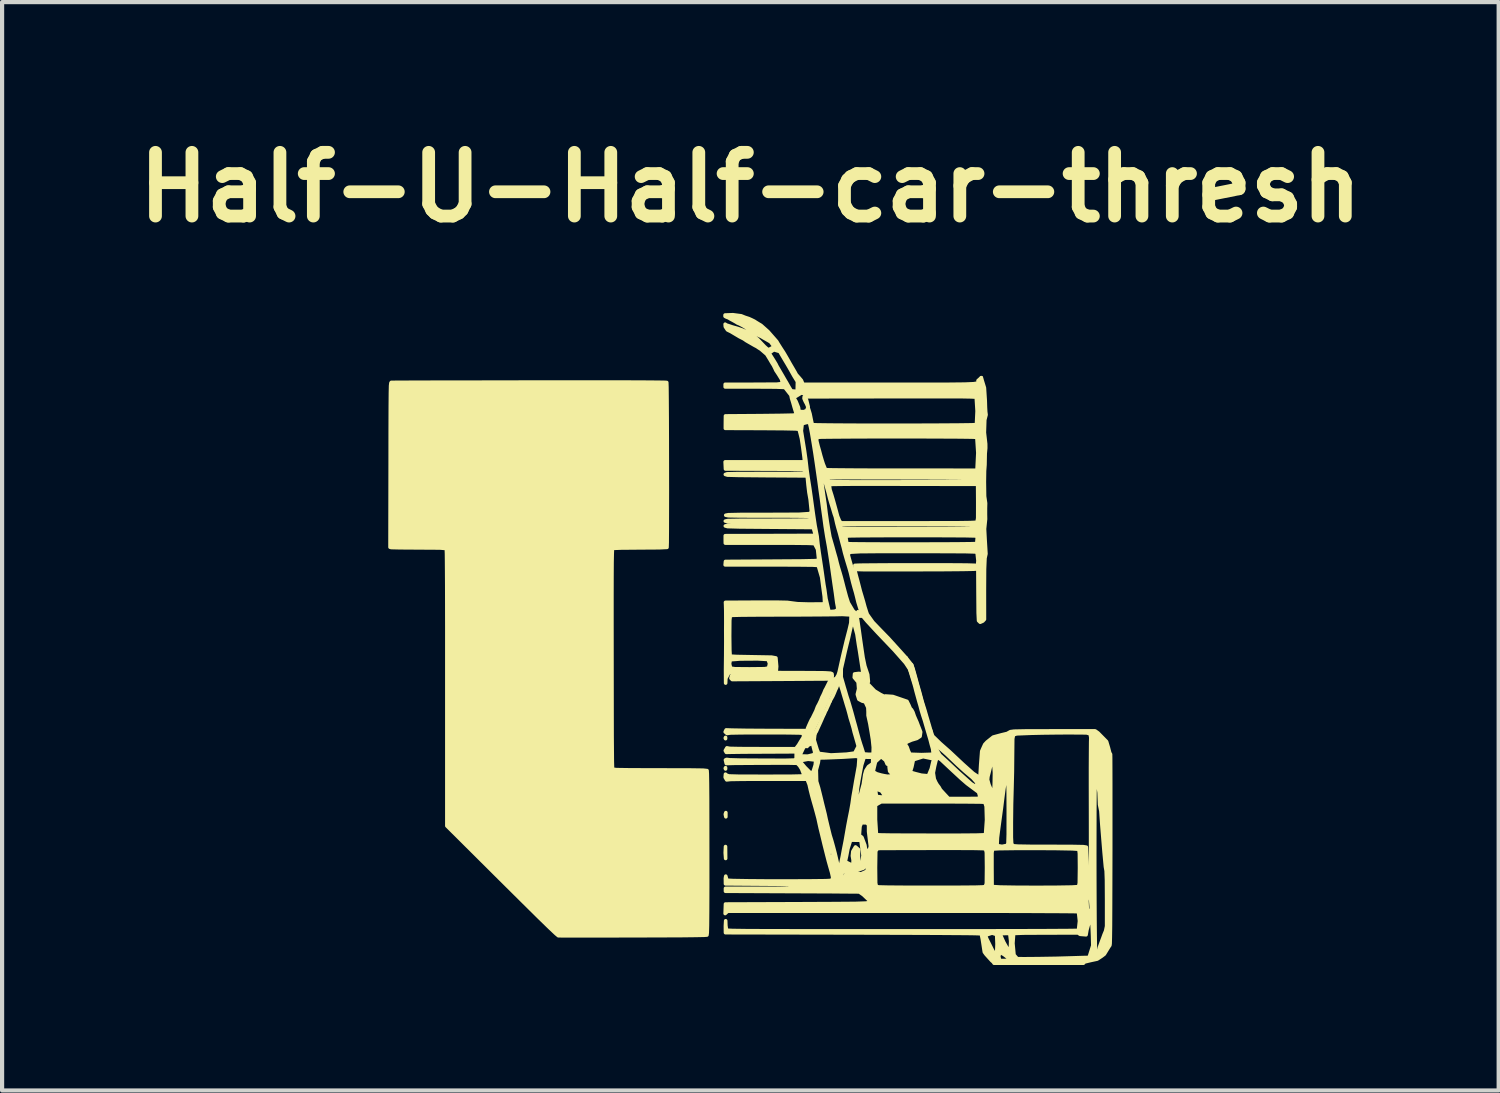
<source format=kicad_pcb>
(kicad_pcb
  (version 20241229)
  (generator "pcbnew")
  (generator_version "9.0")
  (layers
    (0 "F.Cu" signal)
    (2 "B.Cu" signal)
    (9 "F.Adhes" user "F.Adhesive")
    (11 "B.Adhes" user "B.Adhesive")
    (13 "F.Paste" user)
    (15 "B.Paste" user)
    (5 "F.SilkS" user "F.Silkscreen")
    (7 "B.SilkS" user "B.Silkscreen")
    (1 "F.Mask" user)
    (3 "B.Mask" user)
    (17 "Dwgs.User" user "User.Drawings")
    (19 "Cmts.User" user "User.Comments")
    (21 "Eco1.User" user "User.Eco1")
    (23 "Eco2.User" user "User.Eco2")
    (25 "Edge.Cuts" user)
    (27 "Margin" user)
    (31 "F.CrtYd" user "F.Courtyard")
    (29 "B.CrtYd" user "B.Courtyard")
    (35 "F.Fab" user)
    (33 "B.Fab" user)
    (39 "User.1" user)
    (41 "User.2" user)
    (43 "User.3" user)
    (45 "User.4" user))
  (footprint "Half-U-Half-car-thresh"
    (layer "F.Cu")
    (at 14.892 12.228)
    (property "Reference" "Half-U-Half-car-thresh" (at 0 -10.801 0) (layer "F.SilkS") (effects (font (size 1.524 1.524) (thickness 0.305))))
    (attr smd)
    (fp_poly (pts (xy 5.806 7.722) (xy 5.964 7.486) (xy 5.938 7.588) (xy 5.96 7.689) (xy 6.198 7.685) (xy 6.198 7.685) (xy 6.206 7.647) (xy 6.169 7.626) (xy 6.069 7.549) (xy 5.964 7.486) (xy 5.806 7.722) (xy 7.956 7.617) (xy 8.098 7.614) (xy 8.187 7.33) (xy 8.181 7.1) (xy 8.172 6.89) (xy 8.16 6.659) (xy 8.147 6.382) (xy 8.124 6.081) (xy 8.073 6.051) (xy 8.046 6.258) (xy 8.056 6.465) (xy 8.1 6.5) (xy 8.097 6.572) (xy 8.085 6.655) (xy 8.118 6.727) (xy 8.085 6.816) (xy 8.046 6.957) (xy 8.026 7.073) (xy 7.881 7.061) (xy 7.838 7.029) (xy 7.075 7.03) (xy 6.521 7.033) (xy 6.294 7.042) (xy 6.277 7.277) (xy 6.303 7.555) (xy 6.38 7.644) (xy 6.544 7.646) (xy 6.893 7.643) (xy 7.315 7.636) (xy 7.697 7.625) (xy 7.697 7.625) (xy 7.956 7.617) (xy 5.806 7.722) (xy 5.888 7.525) (xy 5.897 7.296) (xy 5.888 7.068) (xy 5.779 7.032) (xy 5.62 7.084) (xy 5.651 7.168) (xy 5.69 7.246) (xy 5.716 7.297) (xy 5.747 7.359) (xy 5.785 7.436) (xy 5.811 7.481) (xy 5.823 7.531) (xy 5.888 7.525) (xy 5.888 7.525) (xy 5.806 7.722) (xy 6.058 7.25) (xy 6.136 7.389) (xy 6.216 7.426) (xy 6.223 7.225) (xy 6.201 7.04) (xy 5.966 7.045) (xy 6.058 7.25) (xy 5.806 7.722) (xy -4.591 7.096) (xy -4.648 7.049) (xy -4.8 6.906) (xy -5.058 6.655) (xy -5.434 6.283) (xy -5.94 5.781) (xy -7.258 4.469) (xy -7.258 1.161) (xy -7.258 0.374) (xy -7.258 -0.288) (xy -7.259 -0.834) (xy -7.26 -1.273) (xy -7.262 -1.614) (xy -7.264 -1.864) (xy -7.266 -2.033) (xy -7.269 -2.13) (xy -7.273 -2.163) (xy -7.424 -2.175) (xy -7.924 -2.178) (xy -8.381 -2.181) (xy -8.588 -2.186) (xy -8.617 -2.194) (xy -8.613 -4.163) (xy -8.612 -4.988) (xy -8.61 -5.544) (xy -8.607 -5.882) (xy -8.603 -6.057) (xy -8.595 -6.124) (xy -8.585 -6.136) (xy -8.527 -6.136) (xy -8.37 -6.137) (xy -8.123 -6.138) (xy -7.796 -6.139) (xy -7.398 -6.14) (xy -6.938 -6.141) (xy -6.427 -6.141) (xy -5.873 -6.142) (xy -5.286 -6.143) (xy -4.593 -6.143) (xy -3.984 -6.144) (xy -3.457 -6.143) (xy -3.012 -6.143) (xy -2.649 -6.142) (xy -2.366 -6.14) (xy -2.164 -6.138) (xy -2.043 -6.136) (xy -2 -6.133) (xy -1.996 -6.02) (xy -1.993 -5.72) (xy -1.99 -5.28) (xy -1.988 -4.746) (xy -1.987 -4.165) (xy -1.986 -3.583) (xy -1.987 -3.049) (xy -1.988 -2.607) (xy -1.99 -2.305) (xy -1.994 -2.19) (xy -2.177 -2.181) (xy -2.639 -2.178) (xy -3.096 -2.174) (xy -3.294 -2.166) (xy -3.3 -2.136) (xy -3.304 -2.034) (xy -3.308 -1.836) (xy -3.31 -1.513) (xy -3.311 -1.039) (xy -3.311 -0.387) (xy -3.31 0.47) (xy -3.309 1.229) (xy -3.308 1.844) (xy -3.307 2.324) (xy -3.304 2.681) (xy -3.302 2.924) (xy -3.298 3.065) (xy -3.294 3.113) (xy -3.203 3.124) (xy -2.869 3.129) (xy -2.165 3.131) (xy -1.469 3.132) (xy -1.131 3.137) (xy -1.036 3.147) (xy -1.031 3.222) (xy -1.027 3.44) (xy -1.024 3.818) (xy -1.023 4.371) (xy -1.022 5.114) (xy -1.022 5.939) (xy -1.024 6.501) (xy -1.027 6.848) (xy -1.032 7.025) (xy -1.039 7.079) (xy -1.106 7.084) (xy -1.302 7.088) (xy -1.641 7.092) (xy -2.138 7.094) (xy -2.807 7.096) (xy -3.361 7.097) (xy -3.846 7.097) (xy -4.233 7.097) (xy -4.491 7.097) (xy -4.591 7.096) (xy 5.806 7.722) (xy 5.769 7.69) (xy 5.635 7.542) (xy 5.593 7.484) (xy 5.546 7.178) (xy 5.52 7.051) (xy 5.481 7.047) (xy 5.366 7.043) (xy 5.164 7.04) (xy 4.863 7.038) (xy 4.452 7.035) (xy 3.922 7.033) (xy 3.259 7.031) (xy 2.454 7.029) (xy -0.596 7.023) (xy -0.598 6.864) (xy -0.591 6.737) (xy -0.587 6.852) (xy -0.572 6.957) (xy -0.558 6.962) (xy -0.516 6.966) (xy -0.431 6.97) (xy -0.289 6.972) (xy -0.072 6.975) (xy 0.233 6.976) (xy 0.643 6.977) (xy 1.173 6.978) (xy 1.838 6.978) (xy 2.653 6.979) (xy 3.634 6.979) (xy 4.377 6.979) (xy 5.044 6.978) (xy 5.638 6.978) (xy 6.159 6.977) (xy 6.608 6.976) (xy 6.985 6.975) (xy 7.293 6.973) (xy 7.532 6.972) (xy 7.703 6.97) (xy 7.806 6.968) (xy 7.844 6.966) (xy 8.049 5.807) (xy 8.065 5.932) (xy 8.12 5.935) (xy 8.127 5.805) (xy 8.049 5.807) (xy 7.844 6.966) (xy 8.045 5.32) (xy 8.051 5.626) (xy 8.092 5.683) (xy 8.123 5.657) (xy 8.128 5.592) (xy 8.132 5.411) (xy 8.134 5.1) (xy 8.134 4.644) (xy 8.133 4.028) (xy 8.132 3.519) (xy 8.132 3.071) (xy 8.134 2.709) (xy 8.136 2.463) (xy 8.139 2.36) (xy 8.123 2.268) (xy 8.036 2.245) (xy 7.611 2.242) (xy 7.311 2.244) (xy 6.99 2.248) (xy 6.719 2.254) (xy 6.365 2.268) (xy 6.29 2.293) (xy 6.272 2.386) (xy 6.268 2.76) (xy 6.264 3.172) (xy 6.255 3.543) (xy 6.244 3.944) (xy 6.239 4.382) (xy 6.239 4.741) (xy 6.247 4.904) (xy 6.289 4.945) (xy 6.395 4.953) (xy 6.681 4.958) (xy 7.169 4.959) (xy 7.708 4.961) (xy 7.962 4.966) (xy 8.032 4.977) (xy 8.045 5.32) (xy 7.844 6.966) (xy 7.868 6.744) (xy 7.837 6.431) (xy 7.833 6.393) (xy 7.808 6.391) (xy 7.735 6.389) (xy 7.616 6.388) (xy 7.451 6.386) (xy 7.239 6.385) (xy 6.981 6.384) (xy 6.678 6.384) (xy 6.329 6.384) (xy 5.936 6.383) (xy 5.497 6.384) (xy 5.013 6.384) (xy 4.486 6.384) (xy 3.914 6.385) (xy 3.298 6.386) (xy 2.638 6.388) (xy 1.935 6.389) (xy 1.189 6.391) (xy 0.419 6.393) (xy -0.077 6.395) (xy -0.36 6.4) (xy -0.49 6.406) (xy -0.528 6.415) (xy -0.545 6.447) (xy -0.499 6.449) (xy -0.368 6.45) (xy -0.158 6.452) (xy 0.124 6.453) (xy 0.474 6.454) (xy 0.885 6.455) (xy 1.351 6.456) (xy 1.866 6.457) (xy 2.424 6.457) (xy 3.019 6.458) (xy 3.645 6.458) (xy 7.828 6.458) (xy 7.837 6.431) (xy 7.868 6.744) (xy 7.83 6.292) (xy 7.824 6.261) (xy 7.782 6.248) (xy 7.554 6.253) (xy 7.029 6.255) (xy 6.426 6.258) (xy 6.293 6.273) (xy 6.309 6.297) (xy 6.558 6.304) (xy 7.074 6.304) (xy 7.589 6.3) (xy 7.83 6.292) (xy 7.868 6.744) (xy 7.816 6.066) (xy 7.807 6.038) (xy 7.542 6.027) (xy 6.841 6.026) (xy 6.345 6.027) (xy 5.988 6.029) (xy 5.848 6.033) (xy 5.836 6.052) (xy 5.957 6.059) (xy 6.294 6.064) (xy 6.811 6.067) (xy 7.303 6.07) (xy 7.655 6.072) (xy 7.792 6.074) (xy 7.816 6.066) (xy 7.868 6.744) (xy 7.864 5.838) (xy 7.869 5.475) (xy 7.866 5.128) (xy 7.853 5.028) (xy 7.694 5.017) (xy 7.314 5.01) (xy 6.825 5.007) (xy 6.334 5.008) (xy 5.954 5.013) (xy 5.792 5.022) (xy 5.776 5.11) (xy 5.776 5.472) (xy 5.779 5.905) (xy 5.811 5.921) (xy 5.975 5.931) (xy 6.352 5.937) (xy 6.834 5.939) (xy 7.315 5.937) (xy 7.688 5.931) (xy 7.846 5.921) (xy 7.846 5.921) (xy 7.864 5.838) (xy 7.868 6.744) (xy 7.844 6.522) (xy 8.234 5.702) (xy 8.236 6.241) (xy 8.239 6.724) (xy 8.243 7.115) (xy 8.247 7.378) (xy 8.253 7.477) (xy 8.331 7.458) (xy 8.343 7.38) (xy 8.368 7.31) (xy 8.395 7.236) (xy 8.426 7.154) (xy 8.457 7.068) (xy 8.493 6.982) (xy 8.517 6.868) (xy 8.517 6.245) (xy 8.514 5.763) (xy 8.506 5.545) (xy 8.489 5.448) (xy 8.457 5.105) (xy 8.431 4.788) (xy 8.402 4.432) (xy 8.38 4.114) (xy 8.349 3.96) (xy 8.338 3.673) (xy 8.288 3.332) (xy 8.264 3.302) (xy 8.248 3.34) (xy 8.242 3.448) (xy 8.238 3.719) (xy 8.235 4.116) (xy 8.234 4.603) (xy 8.233 5.144) (xy 8.234 5.702) (xy 7.844 6.522) (xy 7.806 6.52) (xy 7.703 6.517) (xy 7.532 6.516) (xy 7.294 6.514) (xy 6.986 6.513) (xy 6.608 6.511) (xy 6.16 6.51) (xy 5.64 6.51) (xy 5.046 6.509) (xy 4.379 6.509) (xy 3.638 6.509) (xy -0.544 6.509) (xy -0.574 6.537) (xy -0.604 6.565) (xy -0.602 5.113) (xy -0.602 5.113) (xy -0.595 4.963) (xy -0.592 5.248) (xy -0.602 5.113) (xy -0.604 6.565) (xy -0.6 6.451) (xy -0.596 6.337) (xy 1.113 6.331) (xy 1.987 6.327) (xy 4.587 6.305) (xy 5.135 6.304) (xy 5.402 6.299) (xy 5.479 6.289) (xy 5.485 6.263) (xy 5.357 6.259) (xy 5.031 6.256) (xy 4.577 6.255) (xy 4.002 6.256) (xy 3.74 6.261) (xy 3.677 6.273) (xy 3.693 6.297) (xy 3.821 6.301) (xy 4.142 6.303) (xy 4.587 6.305) (xy 1.987 6.327) (xy 2.507 6.323) (xy 3.341 6.303) (xy 3.56 6.289) (xy 3.569 6.267) (xy 3.334 6.255) (xy 3.106 6.265) (xy 3.341 6.303) (xy 2.507 6.323) (xy 2.766 6.314) (xy 4.381 6.067) (xy 4.862 6.067) (xy 5.284 6.066) (xy 5.585 6.064) (xy 5.585 6.064) (xy 5.595 6.04) (xy 5.543 6.015) (xy 5.443 6.019) (xy 5.181 6.023) (xy 4.785 6.025) (xy 4.287 6.025) (xy 3.638 6.026) (xy 3.262 6.028) (xy 3.088 6.034) (xy 3.045 6.043) (xy 3.063 6.066) (xy 3.18 6.067) (xy 3.479 6.068) (xy 3.9 6.068) (xy 4.381 6.067) (xy 2.766 6.314) (xy 2.855 6.298) (xy 3.013 5.921) (xy 3.082 5.929) (xy 3.293 5.934) (xy 3.688 5.937) (xy 4.312 5.937) (xy 4.991 5.937) (xy 5.381 5.934) (xy 5.563 5.928) (xy 5.617 5.917) (xy 5.617 5.917) (xy 5.642 5.847) (xy 5.646 5.469) (xy 5.642 5.104) (xy 5.623 5.021) (xy 5.566 5.012) (xy 5.378 5.007) (xy 4.989 5.005) (xy 4.331 5.005) (xy 3.837 5.006) (xy 3.429 5.007) (xy 3.15 5.008) (xy 3.042 5.009) (xy 2.997 5.07) (xy 2.991 5.468) (xy 2.995 5.837) (xy 3.013 5.921) (xy 2.855 6.298) (xy 2.864 6.271) (xy 2.671 5.932) (xy 2.589 5.857) (xy 2.492 5.901) (xy 2.457 5.944) (xy 2.518 5.951) (xy 2.671 5.932) (xy 2.864 6.271) (xy 2.776 5.556) (xy 2.823 5.456) (xy 2.797 5.399) (xy 2.699 5.48) (xy 2.607 5.512) (xy 2.522 5.524) (xy 2.536 5.596) (xy 2.644 5.617) (xy 2.776 5.556) (xy 2.864 6.271) (xy 2.813 5.227) (xy 2.806 5.136) (xy 2.757 5.227) (xy 2.813 5.227) (xy 2.813 5.227) (xy 2.864 6.271) (xy 2.843 5.056) (xy 2.869 4.959) (xy 2.852 4.823) (xy 2.826 4.605) (xy 2.826 4.444) (xy 2.782 4.396) (xy 2.657 4.394) (xy 2.621 4.479) (xy 2.605 4.697) (xy 2.667 4.743) (xy 2.737 4.93) (xy 2.757 5.054) (xy 2.843 5.056) (xy 2.864 6.271) (xy 2.996 4.941) (xy 3.082 4.928) (xy 3.031 4.86) (xy 2.996 4.941) (xy 2.864 6.271) (xy 2.991 3.971) (xy 2.991 4.318) (xy 3.014 4.679) (xy 3.104 4.685) (xy 3.353 4.689) (xy 3.759 4.691) (xy 4.318 4.692) (xy 5.014 4.692) (xy 5.403 4.689) (xy 5.575 4.683) (xy 5.622 4.672) (xy 5.622 4.672) (xy 5.646 4.325) (xy 5.637 4.003) (xy 5.605 3.903) (xy 5.501 3.899) (xy 5.231 3.896) (xy 4.836 3.894) (xy 4.357 3.893) (xy 3.125 3.894) (xy 3.058 3.932) (xy 2.991 3.971) (xy 2.864 6.271) (xy 2.987 3.58) (xy 3.014 3.762) (xy 3.121 3.778) (xy 3.207 3.778) (xy 3.207 3.741) (xy 3.134 3.634) (xy 2.987 3.58) (xy 2.864 6.271) (xy 2.922 2.981) (xy 2.925 2.827) (xy 2.72 2.826) (xy 2.661 3.012) (xy 2.625 3.197) (xy 2.593 3.371) (xy 2.561 3.564) (xy 2.542 3.77) (xy 2.625 3.755) (xy 2.625 3.755) (xy 2.7 3.472) (xy 2.735 3.238) (xy 2.763 3.143) (xy 2.822 3.051) (xy 2.922 2.981) (xy 2.864 6.271) (xy 2.881 3.405) (xy 2.859 3.257) (xy 2.788 3.345) (xy 2.881 3.405) (xy 2.864 6.271) (xy 2.935 3.176) (xy 3.023 3.225) (xy 3.127 3.254) (xy 3.203 3.27) (xy 3.277 3.282) (xy 3.417 3.274) (xy 3.417 3.274) (xy 3.41 3.231) (xy 3.371 3.206) (xy 3.329 3.162) (xy 3.318 3.072) (xy 3.316 3.008) (xy 3.27 2.99) (xy 3.232 2.9) (xy 3.124 2.812) (xy 2.991 2.935) (xy 2.957 3.079) (xy 2.935 3.176) (xy 2.864 6.271) (xy 2.938 2.591) (xy 2.919 2.403) (xy 2.89 2.223) (xy 2.856 2.025) (xy 2.813 1.828) (xy 2.813 1.737) (xy 2.808 1.638) (xy 2.746 1.504) (xy 2.673 1.485) (xy 2.593 1.442) (xy 2.556 1.324) (xy 2.588 1.191) (xy 2.575 1.03) (xy 2.483 0.919) (xy 2.49 0.836) (xy 2.585 0.824) (xy 2.693 0.831) (xy 2.661 0.62) (xy 2.61 0.287) (xy 2.584 0.132) (xy 2.547 -0.115) (xy 2.456 -0.449) (xy 2.407 -0.296) (xy 2.375 -0.16) (xy 2.344 -0.019) (xy 2.306 0.132) (xy 2.267 0.293) (xy 2.236 0.43) (xy 2.204 0.572) (xy 2.172 0.711) (xy 2.171 0.91) (xy 2.206 1.03) (xy 2.238 1.143) (xy 2.271 1.253) (xy 2.305 1.37) (xy 2.345 1.491) (xy 2.382 1.617) (xy 2.416 1.734) (xy 2.445 1.84) (xy 2.475 1.951) (xy 2.507 2.065) (xy 2.538 2.181) (xy 2.568 2.289) (xy 2.599 2.401) (xy 2.634 2.514) (xy 2.661 2.595) (xy 2.709 2.748) (xy 2.833 2.758) (xy 2.934 2.755) (xy 2.938 2.591) (xy 2.864 6.271) (xy 2.7 6.115) (xy 6.051 6.255) (xy 5.963 6.273) (xy 5.979 6.297) (xy 6.129 6.292) (xy 6.051 6.255) (xy 2.7 6.115) (xy 2.605 6.049) (xy 1.385 5.886) (xy 1.359 5.874) (xy 1.34 5.886) (xy 1.367 5.899) (xy 1.385 5.886) (xy 2.605 6.049) (xy 2.229 5.89) (xy 1.956 5.885) (xy 2.074 5.898) (xy 2.229 5.89) (xy 2.605 6.049) (xy 2.176 5.759) (xy 2.244 5.696) (xy 2.244 5.696) (xy 2.306 5.589) (xy 2.286 5.539) (xy 2.204 5.578) (xy 2.179 5.639) (xy 2.176 5.759) (xy 2.605 6.049) (xy 2.091 5.72) (xy 2.076 5.555) (xy 2.021 5.643) (xy 2.091 5.72) (xy 2.605 6.049) (xy 2.523 6.047) (xy 2.346 5.845) (xy 2.426 5.831) (xy 2.357 5.803) (xy 2.346 5.845) (xy 2.523 6.047) (xy 2.295 6.046) (xy 2.451 5.417) (xy 2.456 5.29) (xy 2.438 5.186) (xy 2.449 5.08) (xy 2.513 4.972) (xy 2.583 5.032) (xy 2.583 5.323) (xy 2.594 5.406) (xy 2.648 5.417) (xy 2.693 5.179) (xy 2.642 4.812) (xy 2.396 4.81) (xy 2.332 5.014) (xy 2.299 5.188) (xy 2.268 5.327) (xy 2.451 5.417) (xy 2.451 5.417) (xy 2.295 6.046) (xy 1.948 6.043) (xy 1.508 6.041) (xy 1.004 6.039) (xy -0.596 6.032) (xy -0.596 5.997) (xy -0.596 5.962) (xy 0.174 5.962) (xy 0.676 5.962) (xy 0.902 5.956) (xy 0.964 5.943) (xy 0.973 5.896) (xy 0.963 5.867) (xy 0.183 5.861) (xy -0.596 5.855) (xy -0.598 5.721) (xy -0.589 5.67) (xy -0.587 4.151) (xy -0.587 4.252) (xy -0.6 4.191) (xy -0.6 4.191) (xy -0.587 4.151) (xy -0.589 5.67) (xy -0.562 5.768) (xy -0.417 5.776) (xy -0.06 5.782) (xy 0.426 5.786) (xy 0.954 5.786) (xy 1.44 5.784) (xy 1.798 5.78) (xy 1.944 5.772) (xy 2.098 5.483) (xy 2.151 5.471) (xy 2.151 5.471) (xy 2.169 5.339) (xy 2.199 5.194) (xy 2.23 5.024) (xy 2.268 4.832) (xy 2.299 4.655) (xy 2.331 4.471) (xy 2.366 4.287) (xy 2.402 4.109) (xy 2.433 3.933) (xy 2.456 3.768) (xy 2.487 3.593) (xy 2.519 3.403) (xy 2.551 3.226) (xy 2.584 3.042) (xy 2.599 2.828) (xy 2.536 2.805) (xy 2.216 2.825) (xy 1.791 2.842) (xy 1.639 2.845) (xy 1.623 2.956) (xy 1.576 3.13) (xy 1.583 3.406) (xy 1.628 3.553) (xy 1.66 3.681) (xy 1.693 3.815) (xy 1.722 3.937) (xy 1.754 4.064) (xy 1.786 4.193) (xy 1.81 4.307) (xy 1.842 4.441) (xy 1.874 4.572) (xy 1.905 4.697) (xy 1.945 4.826) (xy 1.985 4.971) (xy 2.023 5.117) (xy 2.052 5.239) (xy 2.083 5.378) (xy 2.098 5.483) (xy 1.944 5.772) (xy 1.969 5.707) (xy 2.031 5.485) (xy 2.031 5.331) (xy 1.952 5.335) (xy 1.968 5.472) (xy 2.031 5.485) (xy 2.031 5.485) (xy 1.969 5.707) (xy 1.874 5.132) (xy 1.902 5.219) (xy 1.97 5.209) (xy 1.97 5.209) (xy 1.973 5.124) (xy 1.938 5.052) (xy 1.874 5.132) (xy 1.969 5.707) (xy 1.846 4.985) (xy 1.87 4.975) (xy 1.87 4.975) (xy 1.912 4.871) (xy 1.878 4.807) (xy 1.827 4.789) (xy 1.846 4.985) (xy 1.969 5.707) (xy 1.775 4.715) (xy 1.825 4.679) (xy 1.825 4.679) (xy 1.822 4.574) (xy 1.783 4.517) (xy 1.775 4.715) (xy 1.969 5.707) (xy 1.691 4.346) (xy 1.763 4.426) (xy 1.706 4.258) (xy 1.691 4.346) (xy 1.969 5.707) (xy 1.638 4.166) (xy 1.701 4.181) (xy 1.634 4.034) (xy 1.638 4.166) (xy 1.969 5.707) (xy 1.943 5.586) (xy 1.577 3.917) (xy 1.637 3.923) (xy 1.645 3.848) (xy 1.6 3.753) (xy 1.577 3.917) (xy 1.943 5.586) (xy 1.48 3.621) (xy 1.539 3.714) (xy 1.582 3.661) (xy 1.537 3.525) (xy 1.48 3.621) (xy 1.943 5.586) (xy 1.9 5.437) (xy 1.863 5.304) (xy 1.827 5.164) (xy 1.796 5.04) (xy 1.764 4.913) (xy 1.734 4.788) (xy 1.702 4.656) (xy 1.669 4.522) (xy 1.645 4.413) (xy 1.619 4.292) (xy 1.305 3.069) (xy 1.452 3.217) (xy 1.479 3.206) (xy 1.51 3.141) (xy 1.55 3.014) (xy 1.562 2.895) (xy 1.379 2.875) (xy 1.175 2.914) (xy 1.305 3.069) (xy 1.619 4.292) (xy 1.581 4.149) (xy 1.544 4.014) (xy 1.505 3.879) (xy 1.468 3.745) (xy 1.436 3.618) (xy 1.632 2.735) (xy 1.925 2.773) (xy 2.299 2.754) (xy 2.496 2.727) (xy 2.579 2.565) (xy 2.547 2.451) (xy 2.515 2.339) (xy 2.483 2.228) (xy 2.459 2.128) (xy 2.425 2.011) (xy 2.387 1.888) (xy 2.363 1.794) (xy 2.331 1.677) (xy 2.293 1.554) (xy 2.263 1.452) (xy 2.226 1.33) (xy 2.193 1.216) (xy 2.16 1.114) (xy 2.103 1.04) (xy 2.09 1.074) (xy 1.999 1.288) (xy 1.967 1.351) (xy 1.879 1.538) (xy 1.81 1.698) (xy 1.785 1.749) (xy 1.759 1.805) (xy 1.728 1.872) (xy 1.696 1.932) (xy 1.658 2.02) (xy 1.619 2.106) (xy 1.594 2.152) (xy 1.569 2.2) (xy 1.544 2.253) (xy 1.525 2.413) (xy 1.556 2.517) (xy 1.594 2.641) (xy 1.632 2.735) (xy 1.436 3.618) (xy 1.405 3.48) (xy 1.37 3.391) (xy 1.359 3.353) (xy 0.404 3.353) (xy -0.177 3.354) (xy -0.475 3.359) (xy -0.567 3.369) (xy -0.603 3.308) (xy -0.601 3.092) (xy -0.594 3.077) (xy -0.594 3.108) (xy -0.601 3.092) (xy -0.603 3.308) (xy -0.601 2.369) (xy -0.594 2.353) (xy -0.594 2.384) (xy -0.601 2.369) (xy -0.603 3.308) (xy -0.596 3.232) (xy -0.565 3.258) (xy -0.51 3.275) (xy -0.264 3.282) (xy 0.369 3.283) (xy 0.959 3.282) (xy 1.222 3.276) (xy 1.285 3.264) (xy 1.226 3.111) (xy 1.177 3.032) (xy 1.121 2.972) (xy 1.175 2.799) (xy 1.377 2.8) (xy 1.377 2.8) (xy 1.509 2.768) (xy 1.543 2.72) (xy 1.524 2.654) (xy 1.505 2.58) (xy 1.486 2.494) (xy 1.278 2.583) (xy 1.175 2.799) (xy 1.121 2.972) (xy 0.934 2.968) (xy 0.516 2.968) (xy 0.022 2.97) (xy -0.394 2.973) (xy -0.577 2.978) (xy -0.597 2.893) (xy -0.569 2.879) (xy -0.491 2.889) (xy -0.241 2.896) (xy 0.261 2.899) (xy 0.829 2.901) (xy 1.045 2.895) (xy 1.093 2.876) (xy 1.963 1.192) (xy 1.934 1.265) (xy 1.902 1.319) (xy 1.87 1.385) (xy 1.838 1.459) (xy 1.807 1.527) (xy 1.775 1.597) (xy 1.743 1.665) (xy 1.719 1.724) (xy 1.686 1.795) (xy 1.654 1.865) (xy 1.621 1.93) (xy 1.577 2.019) (xy 1.54 2.093) (xy 1.508 2.155) (xy 1.476 2.238) (xy 1.452 2.293) (xy 1.418 2.385) (xy 1.493 2.374) (xy 1.506 2.318) (xy 1.539 2.271) (xy 1.578 2.209) (xy 1.61 2.137) (xy 1.642 2.068) (xy 1.673 2) (xy 1.705 1.928) (xy 1.729 1.872) (xy 1.762 1.801) (xy 1.788 1.735) (xy 1.825 1.668) (xy 1.876 1.557) (xy 1.902 1.488) (xy 1.933 1.435) (xy 1.972 1.365) (xy 2.004 1.294) (xy 2.035 1.217) (xy 2.06 1.166) (xy 2.092 1.078) (xy 2.015 1.099) (xy 1.963 1.192) (xy 1.093 2.876) (xy 2.043 0.956) (xy 2.099 0.863) (xy 2.122 0.791) (xy 2.152 0.658) (xy 2.184 0.512) (xy 2.218 0.363) (xy 2.256 0.204) (xy 2.294 0.045) (xy 2.328 -0.086) (xy 2.365 -0.229) (xy 2.401 -0.383) (xy 2.408 -0.575) (xy 2.195 -0.587) (xy 2.023 -0.583) (xy 1.697 -0.58) (xy 1.264 -0.577) (xy 0.769 -0.576) (xy 0.17 -0.574) (xy -0.212 -0.571) (xy -0.416 -0.566) (xy -0.481 -0.558) (xy -0.493 -0.445) (xy -0.496 -0.071) (xy -0.492 0.264) (xy -0.484 0.41) (xy -0.32 0.419) (xy 0.058 0.426) (xy 0.507 0.434) (xy 0.61 0.453) (xy 0.628 0.655) (xy 0.612 0.848) (xy 0.46 0.859) (xy 0.059 0.865) (xy -0.449 0.877) (xy -0.465 0.939) (xy -0.436 0.97) (xy 0.79 0.963) (xy 1.268 0.96) (xy 1.664 0.957) (xy 1.936 0.956) (xy 2.043 0.956) (xy 1.093 2.876) (xy 1.095 2.732) (xy 1.073 2.698) (xy 1.343 2.544) (xy 1.324 2.555) (xy 1.355 2.571) (xy 1.343 2.544) (xy 1.073 2.698) (xy 0.257 2.702) (xy -0.156 2.704) (xy -0.456 2.708) (xy -0.577 2.711) (xy -0.6 2.669) (xy -0.562 2.603) (xy -0.492 2.616) (xy -0.253 2.621) (xy 0.275 2.623) (xy 1.085 2.623) (xy 1.111 2.588) (xy 1.151 2.536) (xy 1.204 2.447) (xy 1.266 2.349) (xy 1.274 2.257) (xy 1.184 2.248) (xy 0.899 2.243) (xy 0.362 2.242) (xy -0.214 2.243) (xy -0.482 2.248) (xy -0.559 2.26) (xy -0.603 2.221) (xy -0.58 2.174) (xy -0.438 2.179) (xy -0.087 2.185) (xy 0.397 2.188) (xy 1.352 2.191) (xy 1.366 2.137) (xy 1.397 2.064) (xy 1.43 1.991) (xy 1.463 1.922) (xy 1.48 1.897) (xy 1.569 1.715) (xy 1.582 1.677) (xy 1.605 1.618) (xy 1.639 1.556) (xy 1.679 1.472) (xy 1.709 1.395) (xy 1.734 1.346) (xy 1.76 1.29) (xy 1.785 1.226) (xy 1.81 1.183) (xy 1.958 0.887) (xy 1.951 0.833) (xy 1.916 0.818) (xy 1.777 0.809) (xy 1.418 0.806) (xy 0.728 0.804) (xy 0.259 0.803) (xy 0.434 0.693) (xy 0.458 0.588) (xy 0.422 0.49) (xy 0.173 0.476) (xy -0.247 0.479) (xy -0.482 0.497) (xy -0.498 0.596) (xy -0.473 0.697) (xy -0.37 0.712) (xy -0.021 0.715) (xy 0.343 0.711) (xy 0.434 0.693) (xy 0.259 0.803) (xy 0.539 0.687) (xy 0.58 0.595) (xy 0.544 0.504) (xy 0.539 0.687) (xy 0.259 0.803) (xy -0.131 0.802) (xy -0.402 0.802) (xy -0.513 0.802) (xy -0.587 0.94) (xy -0.592 1.055) (xy -0.594 0.73) (xy -0.59 0.392) (xy -0.588 0.07) (xy -0.589 -0.198) (xy -0.588 -0.406) (xy -0.589 -0.678) (xy 2.537 -0.591) (xy 2.565 -0.448) (xy 2.598 -0.223) (xy 2.629 0.000155) (xy 2.661 0.221) (xy 2.694 0.444) (xy 2.736 0.646) (xy 2.805 0.852) (xy 2.821 1.02) (xy 2.801 1.067) (xy 2.97 1.242) (xy 3.104 1.324) (xy 3.193 1.369) (xy 3.233 1.363) (xy 3.405 1.375) (xy 3.744 1.491) (xy 3.791 1.586) (xy 3.823 1.661) (xy 3.855 1.694) (xy 3.887 1.753) (xy 3.918 1.844) (xy 3.95 1.918) (xy 3.982 1.99) (xy 4.009 2.062) (xy 4.042 2.146) (xy 4.072 2.223) (xy 4.057 2.327) (xy 3.98 2.378) (xy 3.852 2.416) (xy 3.732 2.468) (xy 3.703 2.52) (xy 3.746 2.583) (xy 3.782 2.685) (xy 3.818 2.756) (xy 4.091 2.765) (xy 4.372 2.756) (xy 4.357 2.628) (xy 4.325 2.515) (xy 4.298 2.41) (xy 4.261 2.284) (xy 4.229 2.176) (xy 4.199 2.073) (xy 4.163 1.948) (xy 4.123 1.826) (xy 4.084 1.696) (xy 4.058 1.595) (xy 4.026 1.486) (xy 3.995 1.373) (xy 3.963 1.256) (xy 3.932 1.134) (xy 3.906 1.044) (xy 3.873 0.937) (xy 3.834 0.805) (xy 3.804 0.716) (xy 3.708 0.571) (xy 3.442 0.269) (xy 3.04 -0.153) (xy 2.793 -0.42) (xy 2.706 -0.523) (xy 2.648 -0.596) (xy 2.572 -0.652) (xy 2.537 -0.591) (xy -0.589 -0.678) (xy 1.88 -0.653) (xy 2.015 -0.663) (xy 2.086 -0.694) (xy 2.086 -0.758) (xy 2.065 -0.87) (xy 2.035 -1.098) (xy 2.003 -1.314) (xy 1.972 -1.532) (xy 1.937 -1.781) (xy 1.904 -1.997) (xy 1.871 -2.209) (xy 1.826 -2.457) (xy 1.788 -2.698) (xy 1.761 -2.901) (xy 1.73 -3.122) (xy 1.7 -3.347) (xy 1.672 -3.543) (xy 1.642 -3.768) (xy 1.609 -3.997) (xy 1.578 -4.213) (xy 1.543 -4.448) (xy 1.504 -4.69) (xy 1.465 -4.924) (xy 1.439 -5.059) (xy 1.414 -5.167) (xy 1.363 -5.181) (xy 1.302 -5.165) (xy 1.238 -5.146) (xy 1.218 -4.977) (xy 1.256 -4.74) (xy 1.294 -4.505) (xy 1.326 -4.279) (xy 1.351 -4.059) (xy 1.381 -3.846) (xy 1.418 -3.612) (xy 1.447 -3.409) (xy 1.476 -3.197) (xy 1.506 -2.981) (xy 1.546 -2.714) (xy 1.596 -2.454) (xy 1.616 -2.266) (xy 1.643 -2.07) (xy 1.692 -1.748) (xy 1.712 -1.612) (xy 1.756 -1.301) (xy 1.777 -1.18) (xy 1.807 -0.961) (xy 1.88 -0.653) (xy -0.589 -0.678) (xy -0.593 -0.813) (xy -0.596 -0.876) (xy 0.15 -0.88) (xy 0.647 -0.88) (xy 0.883 -0.875) (xy 0.988 -0.861) (xy 1.127 -0.843) (xy 1.398 -0.835) (xy 1.745 -0.838) (xy 1.774 -0.846) (xy 1.766 -1.013) (xy 1.733 -1.253) (xy 1.704 -1.477) (xy 1.622 -1.758) (xy 1.492 -1.766) (xy 1.125 -1.77) (xy 0.496 -1.772) (xy -0.604 -1.772) (xy -0.6 -1.813) (xy -0.596 -1.854) (xy 0.512 -1.861) (xy 1.23 -1.866) (xy 1.552 -1.873) (xy 1.633 -1.886) (xy 1.606 -2.144) (xy 1.535 -2.28) (xy 1.384 -2.287) (xy 1.005 -2.291) (xy 0.452 -2.292) (xy -0.6 -2.292) (xy -0.601 -2.381) (xy -0.601 -2.47) (xy 0.468 -2.473) (xy 1.537 -2.476) (xy 1.541 -2.53) (xy 1.502 -2.664) (xy 1.357 -2.666) (xy 0.98 -2.669) (xy 0.452 -2.673) (xy -0.258 -2.679) (xy -0.545 -2.687) (xy -0.6 -2.702) (xy -0.553 -2.717) (xy -0.273 -2.723) (xy 0.428 -2.724) (xy 0.98 -2.726) (xy 1.343 -2.73) (xy 1.48 -2.737) (xy 1.485 -2.771) (xy 1.424 -2.787) (xy 1.139 -2.794) (xy 0.437 -2.797) (xy -0.237 -2.8) (xy -0.533 -2.806) (xy -0.6 -2.819) (xy -0.539 -2.832) (xy -0.247 -2.837) (xy 0.429 -2.838) (xy 1.048 -2.84) (xy 1.375 -2.845) (xy 1.478 -2.854) (xy 1.475 -2.926) (xy 1.368 -2.935) (xy 1.037 -2.939) (xy 0.434 -2.94) (xy -0.235 -2.941) (xy -0.526 -2.946) (xy -0.59 -2.959) (xy -0.528 -2.971) (xy -0.245 -2.977) (xy 0.404 -2.978) (xy 1.161 -2.981) (xy 1.428 -2.999) (xy 1.458 -3.049) (xy 1.429 -3.334) (xy 1.399 -3.505) (xy 1.378 -3.683) (xy 1.362 -3.854) (xy 1.093 -5.676) (xy 1.15 -5.534) (xy 1.163 -5.441) (xy 1.275 -5.434) (xy 1.347 -5.463) (xy 1.381 -5.557) (xy 1.346 -5.7) (xy 1.315 -5.796) (xy 1.294 -5.86) (xy 1.219 -5.883) (xy 1.036 -5.772) (xy 1.093 -5.676) (xy 1.362 -3.854) (xy 1.347 -3.899) (xy 0.375 -3.905) (xy -0.282 -3.911) (xy -0.548 -3.918) (xy -0.6 -3.934) (xy -0.557 -3.949) (xy -0.301 -3.955) (xy 0.341 -3.956) (xy 0.957 -3.957) (xy 1.232 -3.963) (xy 1.303 -3.975) (xy 1.304 -4.026) (xy 1.29 -4.057) (xy 0.347 -4.061) (xy -0.596 -4.064) (xy -0.6 -4.15) (xy -0.604 -4.235) (xy 0.337 -4.235) (xy 1.277 -4.235) (xy 1.291 -4.265) (xy 1.283 -4.35) (xy 1.253 -4.578) (xy 1.221 -4.791) (xy 1.19 -4.916) (xy 1.164 -5.014) (xy 1.394 -5.488) (xy 1.426 -5.383) (xy 1.457 -5.229) (xy 1.48 -5.124) (xy 1.597 -5.119) (xy 1.899 -5.115) (xy 2.339 -5.112) (xy 2.87 -5.11) (xy 3.447 -5.11) (xy 4.024 -5.111) (xy 4.554 -5.113) (xy 4.992 -5.116) (xy 5.291 -5.12) (xy 5.405 -5.126) (xy 5.405 -5.126) (xy 5.42 -5.449) (xy 5.4 -5.776) (xy 5.369 -5.784) (xy 5.267 -5.789) (xy 5.053 -5.793) (xy 4.686 -5.794) (xy 4.126 -5.794) (xy 3.333 -5.793) (xy 1.286 -5.79) (xy 1.282 -5.751) (xy 1.311 -5.683) (xy 1.343 -5.624) (xy 1.368 -5.564) (xy 1.394 -5.488) (xy 1.164 -5.014) (xy 1.077 -5.023) (xy 0.8 -5.029) (xy 0.275 -5.033) (xy -0.599 -5.036) (xy -0.598 -5.185) (xy -0.596 -5.334) (xy 0.244 -5.34) (xy 0.746 -5.346) (xy 1.014 -5.352) (xy 1.101 -5.362) (xy 0.928 -6.016) (xy 0.979 -5.932) (xy 1.119 -5.92) (xy 1.124 -6.155) (xy 1.042 -6.288) (xy 0.939 -6.471) (xy 0.878 -6.576) (xy 0.821 -6.671) (xy 0.702 -6.873) (xy 0.56 -6.915) (xy 0.477 -6.858) (xy 0.448 -6.827) (xy 0.479 -6.785) (xy 0.553 -6.668) (xy 0.611 -6.572) (xy 0.636 -6.521) (xy 0.675 -6.454) (xy 0.705 -6.403) (xy 0.769 -6.293) (xy 0.832 -6.183) (xy 0.864 -6.13) (xy 0.896 -6.073) (xy 0.928 -6.016) (xy 1.101 -5.362) (xy 1.082 -5.426) (xy 1.048 -5.538) (xy 1.016 -5.652) (xy 0.985 -5.753) (xy 0.969 -5.831) (xy 0.825 -6.014) (xy 0.611 -6.023) (xy 0.095 -6.026) (xy -0.603 -6.026) (xy -0.603 -6.058) (xy -0.603 -6.09) (xy 0.075 -6.09) (xy 0.633 -6.093) (xy 0.768 -6.108) (xy 0.744 -6.21) (xy 0.674 -6.325) (xy 0.608 -6.424) (xy 0.591 -6.463) (xy 0.553 -6.54) (xy 0.515 -6.6) (xy 0.466 -6.684) (xy 0.391 -6.807) (xy 0.251 -6.928) (xy 0.2 -6.96) (xy 0.155 -6.991) (xy 0.106 -7.016) (xy -0.096 -7.132) (xy -0.158 -7.175) (xy -0.197 -7.195) (xy -0.258 -7.226) (xy -0.312 -7.258) (xy -0.467 -7.35) (xy -0.549 -7.39) (xy -0.6 -7.467) (xy -0.604 -7.527) (xy -0.575 -7.507) (xy -0.512 -7.487) (xy -0.434 -7.461) (xy -0.306 -7.425) (xy -0.196 -7.387) (xy -0.134 -7.36) (xy -0.076 -7.334) (xy -0.021 -7.309) (xy 0.043 -7.276) (xy 0.182 -7.155) (xy 0.338 -6.991) (xy 0.424 -6.915) (xy 0.483 -6.941) (xy 0.527 -6.966) (xy 0.572 -6.984) (xy 0.481 -7.105) (xy 0.369 -7.169) (xy 0.312 -7.201) (xy 0.257 -7.234) (xy 0.204 -7.258) (xy 0.152 -7.289) (xy 0.096 -7.328) (xy 0.038 -7.36) (xy -0.013 -7.385) (xy -0.073 -7.425) (xy -0.138 -7.468) (xy -0.203 -7.505) (xy -0.264 -7.537) (xy -0.31 -7.556) (xy -0.353 -7.583) (xy -0.421 -7.621) (xy -0.479 -7.652) (xy -0.521 -7.678) (xy -0.572 -7.697) (xy -0.606 -7.715) (xy -0.606 -7.746) (xy -0.418 -7.753) (xy -0.22 -7.727) (xy -0.131 -7.691) (xy -0.039 -7.661) (xy 0.026 -7.632) (xy 0.091 -7.6) (xy 0.128 -7.576) (xy 0.191 -7.537) (xy 0.255 -7.499) (xy 0.422 -7.35) (xy 0.629 -7.114) (xy 0.659 -7.062) (xy 0.728 -6.953) (xy 0.794 -6.852) (xy 0.82 -6.808) (xy 0.871 -6.72) (xy 0.921 -6.632) (xy 0.939 -6.599) (xy 1.003 -6.49) (xy 1.066 -6.382) (xy 1.098 -6.322) (xy 1.162 -6.25) (xy 1.219 -6.183) (xy 1.246 -6.118) (xy 1.265 -6.09) (xy 3.334 -6.09) (xy 4.176 -6.089) (xy 4.76 -6.09) (xy 5.131 -6.094) (xy 5.338 -6.103) (xy 5.428 -6.118) (xy 5.438 -4.451) (xy 5.414 -4.822) (xy 5.299 -4.827) (xy 5.006 -4.831) (xy 4.579 -4.833) (xy 4.063 -4.835) (xy 3.502 -4.835) (xy 2.941 -4.835) (xy 2.424 -4.833) (xy 1.997 -4.83) (xy 1.704 -4.827) (xy 1.59 -4.822) (xy 1.586 -4.739) (xy 1.616 -4.618) (xy 1.649 -4.503) (xy 1.68 -4.385) (xy 1.716 -4.263) (xy 1.743 -4.179) (xy 1.797 -4.048) (xy 1.892 -4.044) (xy 2.143 -4.041) (xy 2.529 -4.038) (xy 3.026 -4.036) (xy 3.613 -4.036) (xy 5.4 -4.035) (xy 5.419 -4.064) (xy 5.438 -4.451) (xy 5.428 -6.118) (xy 5.447 -6.143) (xy 5.441 -1.871) (xy 5.419 -2.072) (xy 5.363 -2.082) (xy 5.156 -2.088) (xy 4.698 -2.091) (xy 3.889 -2.092) (xy 3.083 -2.092) (xy 2.619 -2.088) (xy 2.402 -2.076) (xy 2.34 -2.05) (xy 2.34 -2.005) (xy 2.371 -1.892) (xy 2.409 -1.759) (xy 2.439 -1.673) (xy 2.499 -1.663) (xy 2.709 -1.657) (xy 3.158 -1.656) (xy 3.933 -1.657) (xy 4.611 -1.659) (xy 5.07 -1.663) (xy 5.333 -1.668) (xy 5.422 -1.674) (xy 5.441 -1.871) (xy 5.447 -6.143) (xy 5.435 -2.889) (xy 5.436 -3.258) (xy 5.433 -3.698) (xy 3.669 -3.701) (xy 2.988 -3.702) (xy 2.487 -3.702) (xy 2.147 -3.699) (xy 1.953 -3.696) (xy 1.887 -3.69) (xy 1.903 -3.571) (xy 1.947 -3.433) (xy 1.983 -3.309) (xy 2.016 -3.19) (xy 2.05 -3.066) (xy 2.085 -2.934) (xy 2.135 -2.813) (xy 2.175 -2.777) (xy 3.787 -2.777) (xy 4.513 -2.778) (xy 4.984 -2.779) (xy 5.256 -2.783) (xy 5.382 -2.789) (xy 5.419 -2.798) (xy 5.419 -2.798) (xy 5.435 -2.889) (xy 5.447 -6.143) (xy 5.442 -6.178) (xy 5.521 -6.248) (xy 5.426 -2.454) (xy 5.367 -2.464) (xy 5.148 -2.469) (xy 4.674 -2.472) (xy 3.852 -2.473) (xy 3.104 -2.472) (xy 2.622 -2.469) (xy 2.362 -2.465) (xy 2.279 -2.457) (xy 2.307 -2.279) (xy 2.445 -2.275) (xy 2.798 -2.272) (xy 3.293 -2.27) (xy 3.859 -2.27) (xy 4.426 -2.271) (xy 4.921 -2.273) (xy 5.274 -2.277) (xy 5.412 -2.281) (xy 5.412 -2.281) (xy 5.426 -2.454) (xy 5.521 -6.248) (xy 5.431 -2.666) (xy 5.42 -2.713) (xy 5.396 -2.726) (xy 5.299 -2.734) (xy 5.05 -2.738) (xy 4.572 -2.739) (xy 3.786 -2.739) (xy 2.174 -2.739) (xy 2.16 -2.708) (xy 2.154 -2.658) (xy 2.186 -2.649) (xy 2.31 -2.643) (xy 2.581 -2.64) (xy 3.056 -2.64) (xy 3.789 -2.641) (xy 4.54 -2.643) (xy 5.017 -2.645) (xy 5.283 -2.649) (xy 5.4 -2.656) (xy 5.431 -2.666) (xy 5.521 -6.248) (xy 5.431 -3.784) (xy 5.431 -3.828) (xy 5.401 -3.839) (xy 5.278 -3.846) (xy 4.992 -3.85) (xy 4.471 -3.852) (xy 3.643 -3.854) (xy 1.87 -3.857) (xy 1.855 -3.826) (xy 1.857 -3.775) (xy 1.897 -3.766) (xy 2.038 -3.761) (xy 2.338 -3.758) (xy 2.854 -3.757) (xy 3.645 -3.758) (xy 4.472 -3.76) (xy 4.992 -3.763) (xy 5.278 -3.767) (xy 5.401 -3.774) (xy 5.431 -3.784) (xy 5.431 -3.784) (xy 5.521 -6.248) (xy 5.595 -6.005) (xy 5.427 -2.543) (xy 5.428 -2.578) (xy 5.313 -2.585) (xy 5.017 -2.589) (xy 4.592 -2.593) (xy 4.09 -2.594) (xy 3.562 -2.594) (xy 3.06 -2.593) (xy 2.635 -2.59) (xy 2.34 -2.585) (xy 2.225 -2.578) (xy 2.217 -2.543) (xy 2.249 -2.534) (xy 2.371 -2.529) (xy 2.637 -2.525) (xy 3.101 -2.524) (xy 3.818 -2.523) (xy 4.529 -2.524) (xy 4.993 -2.525) (xy 5.263 -2.529) (xy 5.39 -2.534) (xy 5.427 -2.543) (xy 5.427 -2.543) (xy 5.595 -6.005) (xy 5.615 -5.699) (xy 5.62 -5.536) (xy 5.626 -5.43) (xy 5.635 -5.361) (xy 5.604 -5.239) (xy 5.594 -4.936) (xy 5.625 -4.664) (xy 5.626 -4.564) (xy 5.614 -4.433) (xy 5.609 -4.166) (xy 5.598 -4.019) (xy 1.769 -3.853) (xy 1.687 -3.896) (xy 1.718 -3.666) (xy 1.75 -3.444) (xy 1.783 -3.223) (xy 1.807 -3.023) (xy 1.838 -2.808) (xy 1.87 -2.61) (xy 1.9 -2.443) (xy 1.939 -2.308) (xy 1.973 -2.189) (xy 2.008 -2.061) (xy 2.045 -1.934) (xy 2.073 -1.819) (xy 2.104 -1.705) (xy 2.14 -1.587) (xy 2.174 -1.468) (xy 2.201 -1.365) (xy 2.232 -1.243) (xy 2.264 -1.124) (xy 2.296 -1.006) (xy 2.342 -0.864) (xy 2.454 -0.675) (xy 2.595 -0.545) (xy 2.666 -0.549) (xy 2.666 -0.549) (xy 2.659 -0.62) (xy 2.618 -0.735) (xy 2.574 -0.879) (xy 2.543 -1.006) (xy 2.517 -1.109) (xy 2.483 -1.225) (xy 2.446 -1.361) (xy 2.416 -1.485) (xy 2.392 -1.586) (xy 2.359 -1.703) (xy 2.326 -1.811) (xy 2.291 -1.928) (xy 2.252 -2.064) (xy 2.226 -2.174) (xy 2.194 -2.292) (xy 2.162 -2.414) (xy 2.132 -2.529) (xy 2.093 -2.663) (xy 2.066 -2.766) (xy 2.031 -2.921) (xy 2.006 -2.991) (xy 1.966 -3.127) (xy 1.926 -3.255) (xy 1.896 -3.359) (xy 1.866 -3.48) (xy 1.826 -3.623) (xy 1.793 -3.738) (xy 1.769 -3.853) (xy 5.598 -4.019) (xy 5.594 -3.756) (xy 5.599 -3.412) (xy 5.623 -3.247) (xy 5.62 -3.123) (xy 5.62 -2.984) (xy 5.622 -2.867) (xy 5.598 -2.632) (xy 5.612 -2.369) (xy 5.632 -2.037) (xy 5.609 -1.932) (xy 5.598 -1.672) (xy 5.595 -1.162) (xy 5.596 -0.47) (xy 5.557 -0.428) (xy 5.494 -0.4) (xy 5.455 -0.438) (xy 5.446 -0.62) (xy 5.442 -1.097) (xy 5.439 -1.628) (xy 5.423 -1.752) (xy 5.368 -1.762) (xy 5.17 -1.768) (xy 4.732 -1.771) (xy 3.959 -1.771) (xy 3.397 -1.771) (xy 2.934 -1.768) (xy 2.618 -1.765) (xy 2.498 -1.76) (xy 2.508 -1.605) (xy 2.534 -1.504) (xy 2.566 -1.386) (xy 2.598 -1.262) (xy 2.628 -1.145) (xy 2.665 -1.022) (xy 2.704 -0.89) (xy 2.737 -0.767) (xy 2.777 -0.641) (xy 2.796 -0.588) (xy 2.929 -0.401) (xy 3.095 -0.228) (xy 3.307 -0.01) (xy 3.575 0.286) (xy 3.723 0.451) (xy 4.407 2.507) (xy 4.388 2.525) (xy 4.407 2.558) (xy 4.426 2.604) (xy 4.529 2.775) (xy 4.737 2.966) (xy 4.96 3.176) (xy 5.157 3.353) (xy 5.277 3.46) (xy 5.356 3.51) (xy 5.397 3.498) (xy 5.43 3.45) (xy 5.312 3.318) (xy 5.131 3.165) (xy 4.957 3.008) (xy 4.694 2.757) (xy 4.475 2.563) (xy 4.426 2.52) (xy 4.407 2.507) (xy 3.723 0.451) (xy 3.855 0.618) (xy 4.466 2.825) (xy 4.436 2.91) (xy 4.404 3.041) (xy 4.373 3.2) (xy 4.396 3.349) (xy 4.432 3.428) (xy 4.466 3.486) (xy 4.511 3.545) (xy 4.545 3.606) (xy 4.649 3.719) (xy 4.738 3.815) (xy 5.109 3.815) (xy 5.429 3.812) (xy 5.493 3.791) (xy 5.493 3.791) (xy 5.456 3.663) (xy 5.182 3.459) (xy 5.042 3.338) (xy 4.795 3.109) (xy 4.556 2.885) (xy 4.466 2.825) (xy 3.855 0.618) (xy 3.887 0.705) (xy 3.919 0.816) (xy 3.95 0.927) (xy 3.982 1.048) (xy 4.013 1.156) (xy 4.045 1.267) (xy 4.077 1.388) (xy 4.109 1.506) (xy 4.141 1.607) (xy 4.172 1.705) (xy 4.211 1.841) (xy 4.249 1.969) (xy 4.28 2.074) (xy 4.312 2.188) (xy 4.388 2.868) (xy 4.129 2.814) (xy 3.897 2.887) (xy 3.861 3.057) (xy 3.821 3.185) (xy 3.944 3.22) (xy 4.089 3.257) (xy 4.255 3.272) (xy 4.326 3.101) (xy 4.362 2.946) (xy 4.388 2.868) (xy 4.312 2.188) (xy 4.359 2.322) (xy 6.002 4.039) (xy 5.97 4.274) (xy 5.938 4.509) (xy 5.907 4.75) (xy 5.898 4.938) (xy 6.016 4.959) (xy 6.141 4.934) (xy 6.159 4.884) (xy 6.165 4.67) (xy 6.166 4.124) (xy 6.164 3.641) (xy 6.159 3.393) (xy 6.149 3.31) (xy 6.132 3.28) (xy 6.105 3.309) (xy 6.06 3.588) (xy 6.033 3.791) (xy 6.002 4.039) (xy 4.359 2.322) (xy 5.796 3.775) (xy 5.825 3.625) (xy 5.831 3.439) (xy 5.835 3.198) (xy 5.816 2.9) (xy 5.744 3.03) (xy 5.704 3.193) (xy 5.679 3.29) (xy 5.671 3.364) (xy 5.702 3.48) (xy 5.77 3.641) (xy 5.796 3.775) (xy 4.359 2.322) (xy 4.539 2.497) (xy 4.759 2.691) (xy 5.08 2.992) (xy 5.821 3.9) (xy 5.776 3.857) (xy 5.769 3.935) (xy 5.821 3.9) (xy 5.08 2.992) (xy 5.326 3.212) (xy 5.798 4.045) (xy 5.765 4.116) (xy 5.821 4.092) (xy 5.798 4.045) (xy 5.326 3.212) (xy 5.488 3.32) (xy 5.506 3.01) (xy 5.817 4.896) (xy 5.792 4.82) (xy 5.766 4.896) (xy 5.792 4.921) (xy 5.817 4.896) (xy 5.506 3.01) (xy 5.531 2.683) (xy 5.568 2.598) (xy 5.603 2.522) (xy 5.658 2.463) (xy 5.806 2.345) (xy 6.002 2.292) (xy 6.14 2.259) (xy 6.216 2.216) (xy 6.304 2.204) (xy 6.602 2.198) (xy 7.246 2.197) (xy 8.243 2.197) (xy 8.313 2.247) (xy 8.516 2.453) (xy 8.56 2.6) (xy 8.593 2.73) (xy 8.611 2.752) (xy 8.613 2.841) (xy 8.614 3.078) (xy 8.615 3.441) (xy 8.615 3.906) (xy 8.615 4.451) (xy 8.615 5.055) (xy 8.613 5.846) (xy 8.611 6.441) (xy 8.609 6.863) (xy 8.605 7.136) (xy 8.601 7.282) (xy 8.595 7.325) (xy 8.572 7.357) (xy 8.463 7.535) (xy 8.4 7.583) (xy 8.335 7.626) (xy 8.291 7.654) (xy 8.138 7.687) (xy 7.988 7.723) (xy 7.962 7.753) (xy 6.894 7.753) (xy 5.826 7.753) (xy 5.806 7.722) (xy 5.806 7.722)) (stroke (width 0.085) (type solid)) (fill yes) (layer "F.SilkS")))
  (gr_rect
    (start -3 -3)
    (end 32.783 23.023)
    (stroke (width 0.1) (type default))
    (fill no)
    (layer "Edge.Cuts")))
</source>
